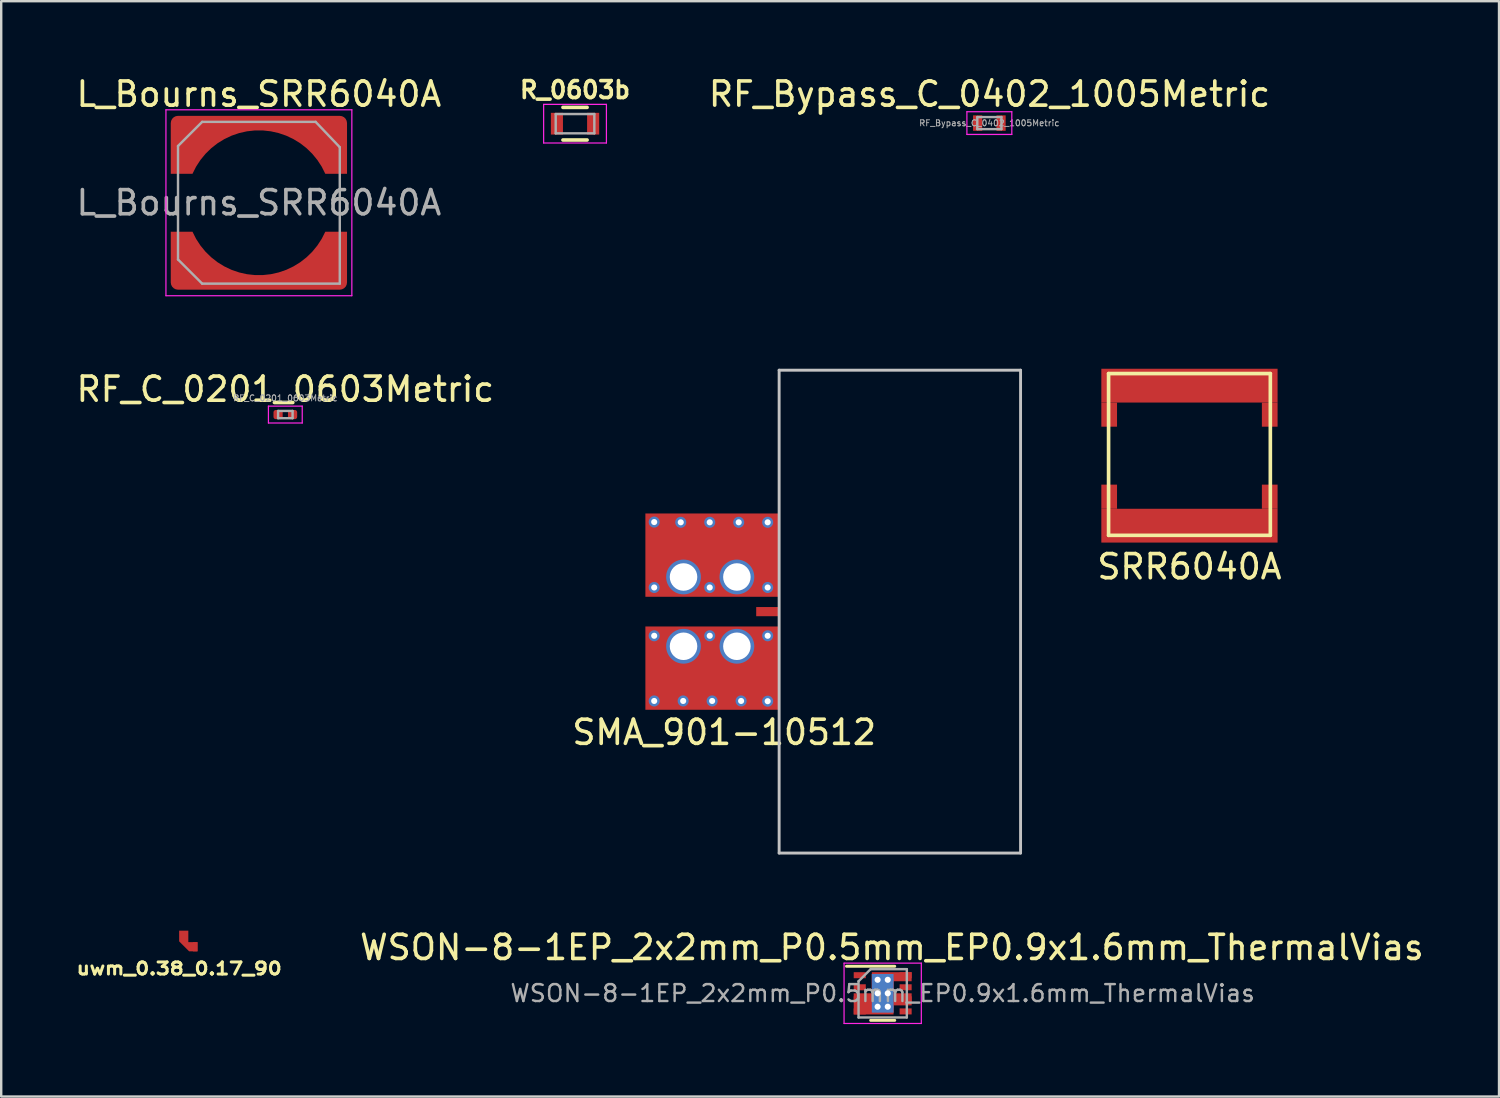
<source format=kicad_pcb>
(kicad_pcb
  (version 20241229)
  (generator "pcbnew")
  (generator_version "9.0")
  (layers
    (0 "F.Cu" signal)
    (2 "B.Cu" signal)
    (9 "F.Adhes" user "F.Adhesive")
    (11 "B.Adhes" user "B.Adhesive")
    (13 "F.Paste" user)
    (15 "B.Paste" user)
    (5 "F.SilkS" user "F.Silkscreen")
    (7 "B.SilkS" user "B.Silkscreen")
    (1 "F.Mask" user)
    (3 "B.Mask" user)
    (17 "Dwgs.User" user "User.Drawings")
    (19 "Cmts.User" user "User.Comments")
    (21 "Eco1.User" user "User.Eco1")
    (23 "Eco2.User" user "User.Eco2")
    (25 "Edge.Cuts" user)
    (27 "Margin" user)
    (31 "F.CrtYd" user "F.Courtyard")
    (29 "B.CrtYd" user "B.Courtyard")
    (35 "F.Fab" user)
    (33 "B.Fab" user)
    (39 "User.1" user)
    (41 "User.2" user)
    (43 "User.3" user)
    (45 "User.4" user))
  (footprint "R_0603b"
    (layer "F.Cu")
    (at 20.767 2.073)
    (property "Reference" "R_0603b" (at 0 -1.4 0) (layer "F.SilkS") (effects (font (size 0.7 0.7) (thickness 0.15))))
    (attr smd)
    (fp_line (start -0.5 -0.675) (end 0.5 -0.675) (stroke (width 0.15) (type solid)) (layer "F.SilkS"))
    (fp_line (start 0.5 0.675) (end -0.5 0.675) (stroke (width 0.15) (type solid)) (layer "F.SilkS"))
    (fp_line (start -1.3 -0.8) (end -1.3 0.8) (stroke (width 0.05) (type solid)) (layer "F.CrtYd"))
    (fp_line (start -1.3 -0.8) (end 1.3 -0.8) (stroke (width 0.05) (type solid)) (layer "F.CrtYd"))
    (fp_line (start -1.3 0.8) (end 1.3 0.8) (stroke (width 0.05) (type solid)) (layer "F.CrtYd"))
    (fp_line (start 1.3 -0.8) (end 1.3 0.8) (stroke (width 0.05) (type solid)) (layer "F.CrtYd"))
    (fp_line (start -0.8 -0.4) (end 0.8 -0.4) (stroke (width 0.1) (type solid)) (layer "F.Fab"))
    (fp_line (start -0.8 0.4) (end -0.8 -0.4) (stroke (width 0.1) (type solid)) (layer "F.Fab"))
    (fp_line (start 0.8 -0.4) (end 0.8 0.4) (stroke (width 0.1) (type solid)) (layer "F.Fab"))
    (fp_line (start 0.8 0.4) (end -0.8 0.4) (stroke (width 0.1) (type solid)) (layer "F.Fab"))
    (pad "1" smd rect (at -0.75 0) (size 0.5 0.9) (layers "F.Cu" "F.Mask" "F.Paste"))
    (pad "2" smd rect (at 0.75 0) (size 0.5 0.9) (layers "F.Cu" "F.Mask" "F.Paste")))
  (footprint "uwm_0.38_0.17_90"
    (layer "F.Cu")
    (at 4.56 35.593)
    (property "Reference" "uwm_0.38_0.17_90" (at -0.19 1.475 0) (layer "F.SilkS") (effects (font (size 0.5 0.6) (thickness 0.125))))
    (attr exclude_from_pos_files exclude_from_bom)
    (pad "1" smd custom (at 0 0) (size 0.38 0.19) (layers "F.Cu" "F.Mask") (options (anchor rect)) (primitives (gr_poly (pts (xy -0.19 0) (xy 0.19 0) (xy 0.19 0.38) (xy 0.57 0.38) (xy 0.57 0.76) (xy 0.223 0.76) (xy -0.19 0.347) (xy -0.19 0)) (width 0) (fill yes))))
    (pad "1" smd rect (at 0.475 0.57) (size 0.19 0.38) (layers "F.Cu")))
  (footprint "L_Bourns_SRR6040A"
    (layer "F.Cu")
    (at 7.673 5.348)
    (property "Reference" "L_Bourns_SRR6040A" (at 0 -4.5 0) (layer "F.SilkS") (effects (font (size 1 1) (thickness 0.15))))
    (attr smd)
    (fp_line (start -3.85 -3.85) (end 3.85 -3.85) (stroke (width 0.05) (type solid)) (layer "F.CrtYd"))
    (fp_line (start -3.85 3.85) (end -3.85 -3.85) (stroke (width 0.05) (type solid)) (layer "F.CrtYd"))
    (fp_line (start 3.85 -3.85) (end 3.85 3.85) (stroke (width 0.05) (type solid)) (layer "F.CrtYd"))
    (fp_line (start 3.85 3.85) (end -3.85 3.85) (stroke (width 0.05) (type solid)) (layer "F.CrtYd"))
    (fp_line (start -3.35 -2.35) (end -3.35 2.35) (stroke (width 0.1) (type solid)) (layer "F.Fab"))
    (fp_line (start -3.35 2.35) (end -2.35 3.35) (stroke (width 0.1) (type solid)) (layer "F.Fab"))
    (fp_line (start -2.35 -3.35) (end -3.35 -2.35) (stroke (width 0.1) (type solid)) (layer "F.Fab"))
    (fp_line (start -2.35 3.35) (end 3.35 3.35) (stroke (width 0.1) (type solid)) (layer "F.Fab"))
    (fp_line (start 2.35 -3.35) (end -2.35 -3.35) (stroke (width 0.1) (type solid)) (layer "F.Fab"))
    (fp_line (start 3.35 -2.3) (end 2.35 -3.35) (stroke (width 0.1) (type solid)) (layer "F.Fab"))
    (fp_line (start 3.35 3.35) (end 3.35 -2.3) (stroke (width 0.1) (type solid)) (layer "F.Fab"))
    (fp_text user "${REFERENCE}" (at 0 0 0) (layer "F.Fab") (effects (font (size 1 1) (thickness 0.15))))
    (pad "1" smd custom (at 0 -3.27) (size 0.26 0.26) (layers "F.Cu" "F.Mask" "F.Paste") (options (anchor circle)) (primitives (gr_poly (pts (xy 3.526 -0.273) (xy 3.593 -0.206) (xy 3.635 -0.123) (xy 3.65 -0.03) (xy 3.65 2.07) (xy 2.75 2.07) (xy 2.601 1.774) (xy 2.42 1.497) (xy 2.21 1.241) (xy 1.973 1.01) (xy 1.712 0.806) (xy 1.43 0.633) (xy 1.131 0.491) (xy 0.818 0.384) (xy 0.495 0.311) (xy 0.166 0.275) (xy -0.166 0.275) (xy -0.495 0.311) (xy -0.818 0.384) (xy -1.131 0.491) (xy -1.43 0.633) (xy -1.712 0.806) (xy -1.973 1.01) (xy -2.21 1.241) (xy -2.42 1.497) (xy -2.601 1.774) (xy -2.75 2.07) (xy -3.65 2.07) (xy -3.65 -0.03) (xy -3.635 -0.123) (xy -3.593 -0.206) (xy -3.526 -0.273) (xy -3.443 -0.315) (xy -3.35 -0.33) (xy 3.35 -0.33) (xy 3.443 -0.315)) (width 0) (fill yes))))
    (pad "2" smd custom (at 0 3.27 180) (size 0.26 0.26) (layers "F.Cu" "F.Mask" "F.Paste") (options (anchor circle)) (primitives (gr_poly (pts (xy 3.526 -0.273) (xy 3.593 -0.206) (xy 3.635 -0.123) (xy 3.65 -0.03) (xy 3.65 2.07) (xy 2.75 2.07) (xy 2.601 1.774) (xy 2.42 1.497) (xy 2.21 1.241) (xy 1.973 1.01) (xy 1.712 0.806) (xy 1.43 0.633) (xy 1.131 0.491) (xy 0.818 0.384) (xy 0.495 0.311) (xy 0.166 0.275) (xy -0.166 0.275) (xy -0.495 0.311) (xy -0.818 0.384) (xy -1.131 0.491) (xy -1.43 0.633) (xy -1.712 0.806) (xy -1.973 1.01) (xy -2.21 1.241) (xy -2.42 1.497) (xy -2.601 1.774) (xy -2.75 2.07) (xy -3.65 2.07) (xy -3.65 -0.03) (xy -3.635 -0.123) (xy -3.593 -0.206) (xy -3.526 -0.273) (xy -3.443 -0.315) (xy -3.35 -0.33) (xy 3.35 -0.33) (xy 3.443 -0.315)) (width 0) (fill yes)))))
  (footprint "SMA_901-10512"
    (layer "F.Cu")
    (at 29.221 22.283)
    (property "Reference" "SMA_901-10512" (at -2.275 5 0) (layer "F.SilkS") (effects (font (size 1 1) (thickness 0.15))))
    (attr through_hole)
    (fp_line (start 0 -10) (end 0 10) (stroke (width 0.12) (type solid)) (layer "Dwgs.User"))
    (fp_line (start 0 10) (end 10 10) (stroke (width 0.12) (type solid)) (layer "Dwgs.User"))
    (fp_line (start 10 -10) (end 0 -10) (stroke (width 0.12) (type solid)) (layer "Dwgs.User"))
    (fp_line (start 10 10) (end 10 -10) (stroke (width 0.12) (type solid)) (layer "Dwgs.User"))
    (pad "1" smd rect (at -0.475 0) (size 0.95 0.38) (layers "F.Cu" "F.Mask"))
    (pad "2" thru_hole circle (at -5.175 -3.71) (size 0.457 0.457) (drill 0.254) (layers "*.Cu" "*.Mask"))
    (pad "2" thru_hole circle (at -5.175 -1) (size 0.457 0.457) (drill 0.254) (layers "*.Cu" "*.Mask"))
    (pad "2" thru_hole circle (at -5.175 1 180) (size 0.457 0.457) (drill 0.254) (layers "*.Cu" "*.Mask"))
    (pad "2" thru_hole circle (at -5.175 3.7 180) (size 0.457 0.457) (drill 0.254) (layers "*.Cu" "*.Mask"))
    (pad "2" thru_hole circle (at -4.075 -3.7) (size 0.457 0.457) (drill 0.254) (layers "*.Cu" "*.Mask"))
    (pad "2" thru_hole circle (at -3.975 3.7 180) (size 0.457 0.457) (drill 0.254) (layers "*.Cu" "*.Mask"))
    (pad "2" thru_hole circle (at -3.96 -1.435) (size 1.44 1.44) (drill 1.14) (layers "*.Cu" "*.Mask"))
    (pad "2" thru_hole circle (at -3.96 1.435) (size 1.44 1.44) (drill 1.14) (layers "*.Cu" "*.Mask"))
    (pad "2" thru_hole circle (at -2.875 -3.7) (size 0.457 0.457) (drill 0.254) (layers "*.Cu" "*.Mask"))
    (pad "2" thru_hole circle (at -2.875 -1) (size 0.457 0.457) (drill 0.254) (layers "*.Cu" "*.Mask"))
    (pad "2" thru_hole circle (at -2.875 1 180) (size 0.457 0.457) (drill 0.254) (layers "*.Cu" "*.Mask"))
    (pad "2" thru_hole circle (at -2.775 3.7 180) (size 0.457 0.457) (drill 0.254) (layers "*.Cu" "*.Mask"))
    (pad "2" smd rect (at -2.77 -2.34) (size 5.54 3.45) (layers "F.Cu" "F.Mask"))
    (pad "2" smd rect (at -2.77 2.34) (size 5.54 3.45) (layers "F.Cu" "F.Mask"))
    (pad "2" thru_hole circle (at -1.75 -1.435) (size 1.44 1.44) (drill 1.14) (layers "*.Cu" "*.Mask"))
    (pad "2" thru_hole circle (at -1.75 1.435) (size 1.44 1.44) (drill 1.14) (layers "*.Cu" "*.Mask"))
    (pad "2" thru_hole circle (at -1.675 -3.7) (size 0.457 0.457) (drill 0.254) (layers "*.Cu" "*.Mask"))
    (pad "2" thru_hole circle (at -1.575 3.7 180) (size 0.457 0.457) (drill 0.254) (layers "*.Cu" "*.Mask"))
    (pad "2" thru_hole circle (at -0.475 -3.7) (size 0.457 0.457) (drill 0.254) (layers "*.Cu" "*.Mask"))
    (pad "2" thru_hole circle (at -0.475 -1) (size 0.457 0.457) (drill 0.254) (layers "*.Cu" "*.Mask"))
    (pad "2" thru_hole circle (at -0.475 1 180) (size 0.457 0.457) (drill 0.254) (layers "*.Cu" "*.Mask"))
    (pad "2" thru_hole circle (at -0.475 3.71 180) (size 0.457 0.457) (drill 0.254) (layers "*.Cu" "*.Mask")))
  (footprint "RF_C_0201_0603Metric"
    (layer "F.Cu")
    (at 8.768 14.121)
    (property "Reference" "RF_C_0201_0603Metric" (at 0 -1.05 0) (layer "F.SilkS") (effects (font (size 1 1) (thickness 0.15))))
    (attr smd)
    (fp_line (start -0.7 -0.35) (end 0.7 -0.35) (stroke (width 0.05) (type solid)) (layer "F.CrtYd"))
    (fp_line (start -0.7 0.35) (end -0.7 -0.35) (stroke (width 0.05) (type solid)) (layer "F.CrtYd"))
    (fp_line (start 0.7 -0.35) (end 0.7 0.35) (stroke (width 0.05) (type solid)) (layer "F.CrtYd"))
    (fp_line (start 0.7 0.35) (end -0.7 0.35) (stroke (width 0.05) (type solid)) (layer "F.CrtYd"))
    (fp_line (start -0.3 -0.15) (end 0.3 -0.15) (stroke (width 0.1) (type solid)) (layer "F.Fab"))
    (fp_line (start -0.3 0.15) (end -0.3 -0.15) (stroke (width 0.1) (type solid)) (layer "F.Fab"))
    (fp_line (start 0.3 -0.15) (end 0.3 0.15) (stroke (width 0.1) (type solid)) (layer "F.Fab"))
    (fp_line (start 0.3 0.15) (end -0.3 0.15) (stroke (width 0.1) (type solid)) (layer "F.Fab"))
    (fp_text user "${REFERENCE}" (at 0 -0.68 0) (layer "F.Fab") (effects (font (size 0.25 0.25) (thickness 0.04))))
    (pad "1" smd roundrect (at -0.3 0) (size 0.38 0.38) (layers "F.Cu" "F.Mask" "F.Paste") (roundrect_rratio 0.25))
    (pad "2" smd roundrect (at 0.3 0) (size 0.38 0.38) (layers "F.Cu" "F.Mask" "F.Paste") (roundrect_rratio 0.25)))
  (footprint "RF_Bypass_C_0402_1005Metric"
    (layer "F.Cu")
    (at 37.443 2.048)
    (property "Reference" "RF_Bypass_C_0402_1005Metric" (at 0.49 -1.2 0) (layer "F.SilkS") (effects (font (size 1 1) (thickness 0.15))))
    (attr smd)
    (fp_line (start -0.445 -0.47) (end 1.415 -0.47) (stroke (width 0.05) (type solid)) (layer "F.CrtYd"))
    (fp_line (start -0.445 0.47) (end -0.445 -0.47) (stroke (width 0.05) (type solid)) (layer "F.CrtYd"))
    (fp_line (start 1.415 -0.47) (end 1.415 0.47) (stroke (width 0.05) (type solid)) (layer "F.CrtYd"))
    (fp_line (start 1.415 0.47) (end -0.445 0.47) (stroke (width 0.05) (type solid)) (layer "F.CrtYd"))
    (fp_line (start -0.015 -0.25) (end 0.985 -0.25) (stroke (width 0.1) (type solid)) (layer "F.Fab"))
    (fp_line (start -0.015 0.25) (end -0.015 -0.25) (stroke (width 0.1) (type solid)) (layer "F.Fab"))
    (fp_line (start 0.985 -0.25) (end 0.985 0.25) (stroke (width 0.1) (type solid)) (layer "F.Fab"))
    (fp_line (start 0.985 0.25) (end -0.015 0.25) (stroke (width 0.1) (type solid)) (layer "F.Fab"))
    (fp_text user "${REFERENCE}" (at 0.485 0 0) (layer "F.Fab") (effects (font (size 0.25 0.25) (thickness 0.04))))
    (pad "1" smd rect (at 0 0) (size 0.38 0.64) (layers "F.Cu" "F.Mask" "F.Paste"))
    (pad "2" smd rect (at 0.97 0) (size 0.38 0.64) (layers "F.Cu" "F.Mask" "F.Paste")))
  (footprint "WSON-8-1EP_2x2mm_P0.5mm_EP0.9x1.6mm_ThermalVias"
    (layer "F.Cu")
    (at 33.51 38.092)
    (property "Reference" "WSON-8-1EP_2x2mm_P0.5mm_EP0.9x1.6mm_ThermalVias" (at 0.38 -1.9 0) (layer "F.SilkS") (effects (font (size 1 1) (thickness 0.15))))
    (attr smd)
    (fp_poly (pts (xy 1.2 -0.875) (xy 1.2 -0.5) (xy 0.45 -0.5) (xy 0.45 0) (xy 1.2 0) (xy 1.2 0.5) (xy 0.45 0.5) (xy 0.45 0.875) (xy -1.2 0.875) (xy -1.2 0) (xy -0.45 0) (xy -0.45 -0.875)) (stroke (width 0) (type solid)) (fill yes) (layer "F.Cu"))
    (fp_line (start -1.5 -1.12) (end 0.5 -1.12) (stroke (width 0.12) (type solid)) (layer "F.SilkS"))
    (fp_line (start 0.5 1.12) (end -0.5 1.12) (stroke (width 0.12) (type solid)) (layer "F.SilkS"))
    (fp_line (start -1.6 -1.25) (end -1.6 1.25) (stroke (width 0.05) (type solid)) (layer "F.CrtYd"))
    (fp_line (start -1.6 -1.25) (end 1.6 -1.25) (stroke (width 0.05) (type solid)) (layer "F.CrtYd"))
    (fp_line (start -1.6 1.25) (end 1.6 1.25) (stroke (width 0.05) (type solid)) (layer "F.CrtYd"))
    (fp_line (start 1.6 -1.25) (end 1.6 1.25) (stroke (width 0.05) (type solid)) (layer "F.CrtYd"))
    (fp_line (start -1 1) (end -1 -0.5) (stroke (width 0.1) (type solid)) (layer "F.Fab"))
    (fp_line (start -0.5 -1) (end -1 -0.5) (stroke (width 0.1) (type solid)) (layer "F.Fab"))
    (fp_line (start -0.5 -1) (end 1 -1) (stroke (width 0.1) (type solid)) (layer "F.Fab"))
    (fp_line (start 1 -1) (end 1 1) (stroke (width 0.1) (type solid)) (layer "F.Fab"))
    (fp_line (start 1 1) (end -1 1) (stroke (width 0.1) (type solid)) (layer "F.Fab"))
    (fp_text user "${REFERENCE}" (at 0 0 0) (layer "F.Fab") (effects (font (size 0.7 0.7) (thickness 0.1))))
    (pad "" smd rect (at 0 -0.4) (size 0.75 0.65) (layers "F.Paste"))
    (pad "" smd rect (at 0 0.4) (size 0.75 0.65) (layers "F.Paste"))
    (pad "1" smd rect (at -0.95 -0.75) (size 0.5 0.25) (layers "F.Cu" "F.Mask" "F.Paste"))
    (pad "2" smd rect (at -0.95 -0.25) (size 0.5 0.25) (layers "F.Cu" "F.Mask" "F.Paste"))
    (pad "3" smd rect (at -0.95 0.25) (size 0.5 0.25) (layers "F.Cu" "F.Mask" "F.Paste"))
    (pad "4" smd rect (at -0.95 0.75) (size 0.5 0.25) (layers "F.Cu" "F.Mask" "F.Paste"))
    (pad "5" smd rect (at 0.95 0.75) (size 0.5 0.25) (layers "F.Cu" "F.Mask" "F.Paste"))
    (pad "6" smd rect (at 0.95 0.25) (size 0.5 0.25) (layers "F.Cu" "F.Mask" "F.Paste"))
    (pad "7" smd rect (at 0.95 -0.25) (size 0.5 0.25) (layers "F.Cu" "F.Mask" "F.Paste"))
    (pad "8" smd rect (at 0.95 -0.75) (size 0.5 0.25) (layers "F.Cu" "F.Mask" "F.Paste"))
    (pad "9" thru_hole circle (at -0.21 -0.56) (size 0.457 0.457) (drill 0.254) (layers "*.Cu"))
    (pad "9" thru_hole circle (at -0.21 0) (size 0.457 0.457) (drill 0.254) (layers "*.Cu"))
    (pad "9" thru_hole circle (at -0.21 0.555) (size 0.457 0.457) (drill 0.254) (layers "*.Cu"))
    (pad "9" smd rect (at 0 0) (size 0.9 1.6) (layers "F.Cu" "F.Mask"))
    (pad "9" smd rect (at 0 0) (size 0.9 1.6) (layers "B.Cu"))
    (pad "9" thru_hole circle (at 0.21 -0.56) (size 0.457 0.457) (drill 0.254) (layers "*.Cu"))
    (pad "9" thru_hole circle (at 0.21 0) (size 0.457 0.457) (drill 0.254) (layers "*.Cu"))
    (pad "9" thru_hole circle (at 0.21 0.555) (size 0.457 0.457) (drill 0.254) (layers "*.Cu")))
  (footprint "SRR6040A"
    (layer "F.Cu")
    (at 46.466 15.823)
    (property "Reference" "SRR6040A" (at -0.25 4.6 0) (layer "F.SilkS") (effects (font (size 1 1) (thickness 0.15))))
    (attr through_hole)
    (fp_line (start -3.6 -3.4) (end 3.1 -3.4) (stroke (width 0.15) (type solid)) (layer "F.SilkS"))
    (fp_line (start -3.6 3.3) (end -3.6 -3.4) (stroke (width 0.15) (type solid)) (layer "F.SilkS"))
    (fp_line (start 3.1 -3.4) (end 3.1 3.3) (stroke (width 0.15) (type solid)) (layer "F.SilkS"))
    (fp_line (start 3.1 3.3) (end -3.6 3.3) (stroke (width 0.15) (type solid)) (layer "F.SilkS"))
    (pad "1" smd rect (at -3.575 -1.7) (size 0.65 1) (layers "F.Cu" "F.Mask" "F.Paste"))
    (pad "1" smd rect (at -0.25 -2.9) (size 7.3 1.4) (layers "F.Cu" "F.Mask" "F.Paste"))
    (pad "1" smd rect (at 3.075 -1.7) (size 0.65 1) (layers "F.Cu" "F.Mask" "F.Paste"))
    (pad "2" smd rect (at -3.575 1.7) (size 0.65 1) (layers "F.Cu" "F.Mask" "F.Paste"))
    (pad "2" smd rect (at -0.25 2.9) (size 7.3 1.4) (layers "F.Cu" "F.Mask" "F.Paste"))
    (pad "2" smd rect (at 3.075 1.7) (size 0.65 1) (layers "F.Cu" "F.Mask" "F.Paste")))
  (gr_rect
    (start -3 -3)
    (end 59.038 42.367)
    (stroke (width 0.1) (type default))
    (fill no)
    (layer "Edge.Cuts")))
</source>
